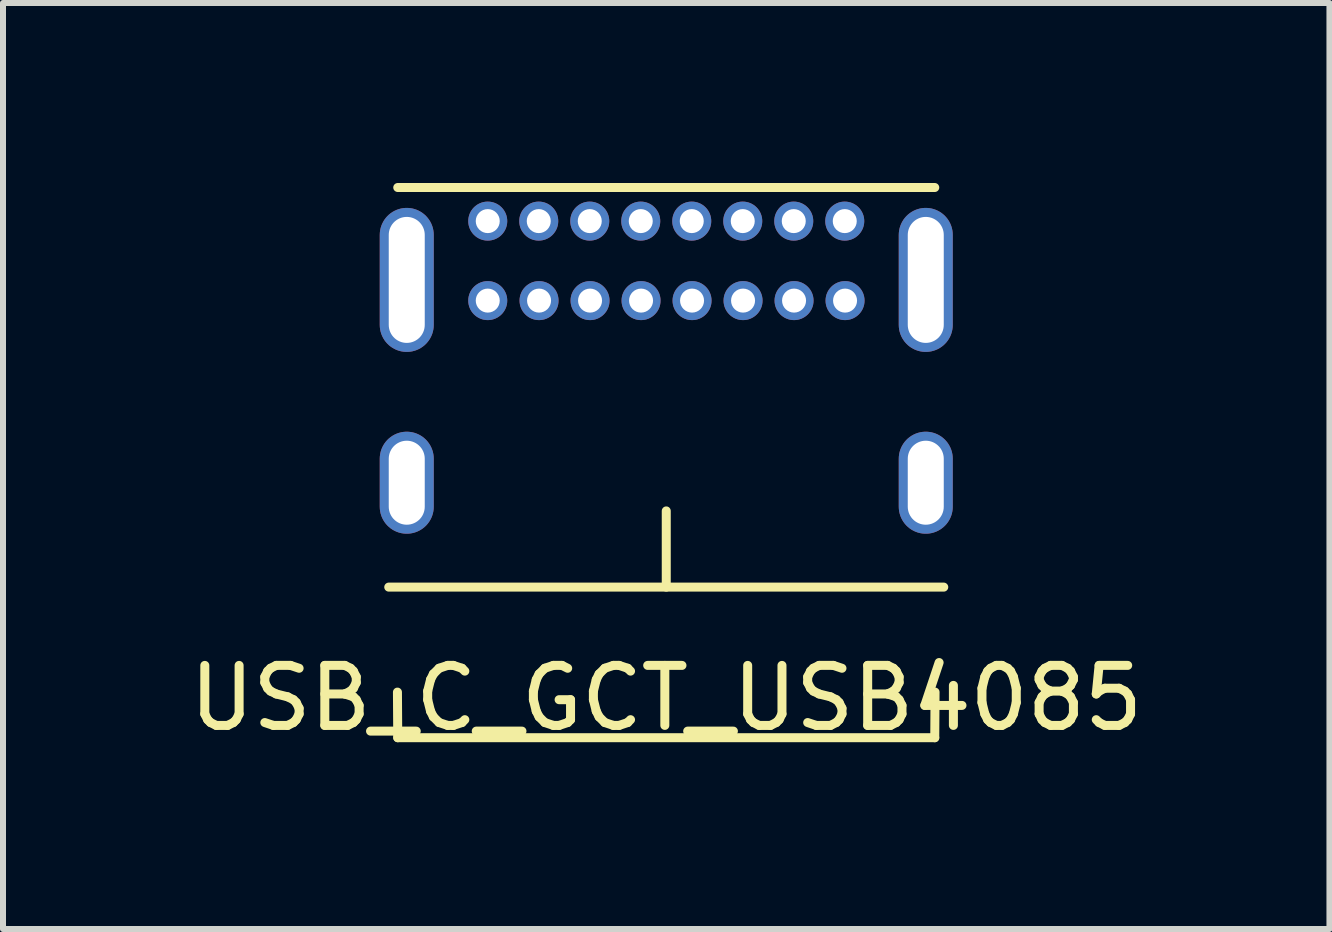
<source format=kicad_pcb>
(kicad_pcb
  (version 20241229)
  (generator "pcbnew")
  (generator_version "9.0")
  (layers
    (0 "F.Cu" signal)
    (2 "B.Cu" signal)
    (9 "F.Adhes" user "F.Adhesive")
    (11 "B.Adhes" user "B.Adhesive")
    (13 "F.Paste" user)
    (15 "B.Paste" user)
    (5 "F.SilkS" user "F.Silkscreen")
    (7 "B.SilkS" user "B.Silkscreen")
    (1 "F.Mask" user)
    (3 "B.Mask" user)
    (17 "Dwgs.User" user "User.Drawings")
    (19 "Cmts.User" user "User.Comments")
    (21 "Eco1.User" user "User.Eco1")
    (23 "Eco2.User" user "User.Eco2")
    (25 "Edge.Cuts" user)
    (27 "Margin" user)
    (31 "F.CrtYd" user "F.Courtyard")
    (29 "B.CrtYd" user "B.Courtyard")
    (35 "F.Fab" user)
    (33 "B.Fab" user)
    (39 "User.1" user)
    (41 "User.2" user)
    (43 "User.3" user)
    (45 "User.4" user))
  (footprint "USB_C_GCT_USB4085"
    (layer "F.Cu")
    (at 8.054 6.735)
    (property "Reference" "USB_C_GCT_USB4085" (at 0 1.85 0) (layer "F.SilkS") (effects (font (size 1 1) (thickness 0.15))))
    (attr through_hole)
    (fp_line (start -4.625 0) (end 4.625 0) (stroke (width 0.15) (type solid)) (layer "F.SilkS"))
    (fp_line (start -4.475 -6.66) (end 4.475 -6.66) (stroke (width 0.15) (type solid)) (layer "F.SilkS"))
    (fp_line (start -4.475 2.51) (end -4.48 1.75) (stroke (width 0.15) (type solid)) (layer "F.SilkS"))
    (fp_line (start -4.475 2.51) (end 4.475 2.51) (stroke (width 0.15) (type solid)) (layer "F.SilkS"))
    (fp_line (start 0 0) (end 0 -1.27) (stroke (width 0.15) (type solid)) (layer "F.SilkS"))
    (fp_line (start 4.48 1.75) (end 4.475 2.51) (stroke (width 0.15) (type solid)) (layer "F.SilkS"))
    (pad "A1" thru_hole circle (at -2.975 -6.1) (size 0.65 0.65) (drill 0.4) (layers "*.Cu" "*.Mask"))
    (pad "A4" thru_hole circle (at -2.125 -6.1) (size 0.65 0.65) (drill 0.4) (layers "*.Cu" "*.Mask"))
    (pad "A5" thru_hole circle (at -1.275 -6.1) (size 0.65 0.65) (drill 0.4) (layers "*.Cu" "*.Mask"))
    (pad "A6" thru_hole circle (at -0.425 -6.1) (size 0.65 0.65) (drill 0.4) (layers "*.Cu" "*.Mask"))
    (pad "A7" thru_hole circle (at 0.425 -6.1) (size 0.65 0.65) (drill 0.4) (layers "*.Cu" "*.Mask"))
    (pad "A8" thru_hole circle (at 1.275 -6.1) (size 0.65 0.65) (drill 0.4) (layers "*.Cu" "*.Mask"))
    (pad "A9" thru_hole circle (at 2.125 -6.1) (size 0.65 0.65) (drill 0.4) (layers "*.Cu" "*.Mask"))
    (pad "A12" thru_hole circle (at 2.975 -6.1) (size 0.65 0.65) (drill 0.4) (layers "*.Cu" "*.Mask"))
    (pad "B1" thru_hole circle (at 2.98 -4.775) (size 0.65 0.65) (drill 0.4) (layers "*.Cu" "*.Mask"))
    (pad "B4" thru_hole circle (at 2.13 -4.775) (size 0.65 0.65) (drill 0.4) (layers "*.Cu" "*.Mask"))
    (pad "B5" thru_hole circle (at 1.28 -4.775) (size 0.65 0.65) (drill 0.4) (layers "*.Cu" "*.Mask"))
    (pad "B6" thru_hole circle (at 0.43 -4.775) (size 0.65 0.65) (drill 0.4) (layers "*.Cu" "*.Mask"))
    (pad "B7" thru_hole circle (at -0.42 -4.775) (size 0.65 0.65) (drill 0.4) (layers "*.Cu" "*.Mask"))
    (pad "B8" thru_hole circle (at -1.27 -4.775) (size 0.65 0.65) (drill 0.4) (layers "*.Cu" "*.Mask"))
    (pad "B9" thru_hole circle (at -2.12 -4.775) (size 0.65 0.65) (drill 0.4) (layers "*.Cu" "*.Mask"))
    (pad "B12" thru_hole circle (at -2.975 -4.775) (size 0.65 0.65) (drill 0.4) (layers "*.Cu" "*.Mask"))
    (pad "S1" thru_hole oval (at -4.325 -5.12) (size 0.9 2.4) (drill oval 0.6 2.1) (layers "*.Cu" "*.Mask"))
    (pad "S1" thru_hole oval (at -4.325 -1.74) (size 0.9 1.7) (drill oval 0.6 1.4) (layers "*.Cu" "*.Mask"))
    (pad "S1" thru_hole oval (at 4.325 -5.12) (size 0.9 2.4) (drill oval 0.6 2.1) (layers "*.Cu" "*.Mask"))
    (pad "S1" thru_hole oval (at 4.325 -1.74) (size 0.9 1.7) (drill oval 0.6 1.4) (layers "*.Cu" "*.Mask")))
  (gr_rect
    (start -3 -3)
    (end 19.107 12.433)
    (stroke (width 0.1) (type default))
    (fill no)
    (layer "Edge.Cuts")))
</source>
